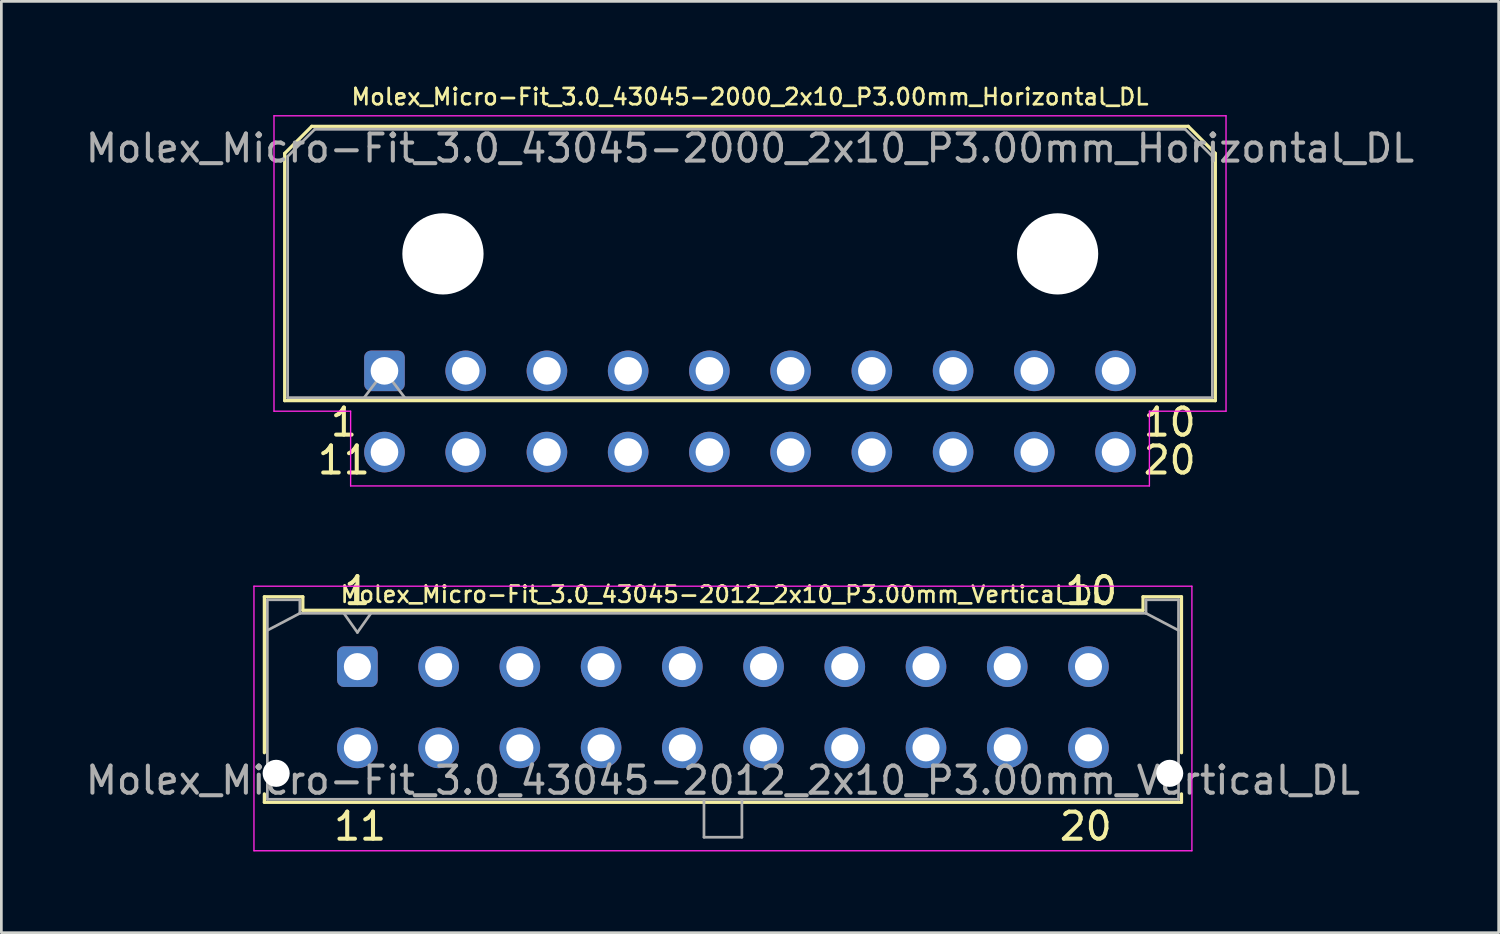
<source format=kicad_pcb>
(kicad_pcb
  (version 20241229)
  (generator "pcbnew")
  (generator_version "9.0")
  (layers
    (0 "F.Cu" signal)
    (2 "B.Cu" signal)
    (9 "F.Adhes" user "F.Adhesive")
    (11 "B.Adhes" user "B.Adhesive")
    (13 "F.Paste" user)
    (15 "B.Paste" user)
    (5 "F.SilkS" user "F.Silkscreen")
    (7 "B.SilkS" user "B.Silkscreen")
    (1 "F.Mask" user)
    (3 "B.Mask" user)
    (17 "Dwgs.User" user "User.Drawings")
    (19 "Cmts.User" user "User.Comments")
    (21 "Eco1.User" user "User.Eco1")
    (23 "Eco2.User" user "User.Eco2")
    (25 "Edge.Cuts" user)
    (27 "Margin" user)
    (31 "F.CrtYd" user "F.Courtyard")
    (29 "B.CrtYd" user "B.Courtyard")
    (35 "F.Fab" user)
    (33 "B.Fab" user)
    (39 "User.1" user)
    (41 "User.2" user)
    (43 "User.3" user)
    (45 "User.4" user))
  (footprint "Molex_Micro-Fit_3.0_43045-2000_2x10_P3.00mm_Horizontal_DL"
    (layer "F.Cu")
    (at 11.149 10.646)
    (property "Reference" "Molex_Micro-Fit_3.0_43045-2000_2x10_P3.00mm_Horizontal_DL" (at 13.5 -10.12 0) (layer "F.SilkS") (effects (font (size 0.6 0.6) (thickness 0.1))))
    (attr through_hole)
    (fp_line (start -3.685 -8.03) (end -2.685 -9.03) (stroke (width 0.12) (type solid)) (layer "F.SilkS"))
    (fp_line (start -3.685 1.1) (end -3.685 -8.03) (stroke (width 0.12) (type solid)) (layer "F.SilkS"))
    (fp_line (start -2.685 -9.03) (end 29.685 -9.03) (stroke (width 0.12) (type solid)) (layer "F.SilkS"))
    (fp_line (start 29.685 -9.03) (end 30.685 -8.03) (stroke (width 0.12) (type solid)) (layer "F.SilkS"))
    (fp_line (start 30.685 -8.03) (end 30.685 1.1) (stroke (width 0.12) (type solid)) (layer "F.SilkS"))
    (fp_line (start 30.685 1.1) (end -3.685 1.1) (stroke (width 0.12) (type solid)) (layer "F.SilkS"))
    (fp_line (start -4.08 -9.42) (end 31.08 -9.42) (stroke (width 0.05) (type solid)) (layer "F.CrtYd"))
    (fp_line (start -4.08 1.49) (end -4.08 -9.42) (stroke (width 0.05) (type solid)) (layer "F.CrtYd"))
    (fp_line (start -1.25 1.49) (end -4.08 1.49) (stroke (width 0.05) (type solid)) (layer "F.CrtYd"))
    (fp_line (start -1.25 4.25) (end -1.25 1.49) (stroke (width 0.05) (type solid)) (layer "F.CrtYd"))
    (fp_line (start 28.25 1.49) (end 28.25 4.25) (stroke (width 0.05) (type solid)) (layer "F.CrtYd"))
    (fp_line (start 28.25 4.25) (end -1.25 4.25) (stroke (width 0.05) (type solid)) (layer "F.CrtYd"))
    (fp_line (start 31.08 -9.42) (end 31.08 1.49) (stroke (width 0.05) (type solid)) (layer "F.CrtYd"))
    (fp_line (start 31.08 1.49) (end 28.25 1.49) (stroke (width 0.05) (type solid)) (layer "F.CrtYd"))
    (fp_line (start -3.575 -7.92) (end -2.575 -8.92) (stroke (width 0.1) (type solid)) (layer "F.Fab"))
    (fp_line (start -3.575 0.99) (end -3.575 -7.92) (stroke (width 0.1) (type solid)) (layer "F.Fab"))
    (fp_line (start -2.575 -8.92) (end 29.575 -8.92) (stroke (width 0.1) (type solid)) (layer "F.Fab"))
    (fp_line (start -0.75 0.99) (end 0 0) (stroke (width 0.1) (type solid)) (layer "F.Fab"))
    (fp_line (start 0 0) (end 0.75 0.99) (stroke (width 0.1) (type solid)) (layer "F.Fab"))
    (fp_line (start 29.575 -8.92) (end 30.575 -7.92) (stroke (width 0.1) (type solid)) (layer "F.Fab"))
    (fp_line (start 30.575 -7.92) (end 30.575 0.99) (stroke (width 0.1) (type solid)) (layer "F.Fab"))
    (fp_line (start 30.575 0.99) (end -3.575 0.99) (stroke (width 0.1) (type solid)) (layer "F.Fab"))
    (fp_text user "20" (at 29 3.3 0) (unlocked yes) (layer "F.SilkS") (effects (font (size 1 1) (thickness 0.15))))
    (fp_text user "11" (at -1.5 3.3 0) (unlocked yes) (layer "F.SilkS") (effects (font (size 1 1) (thickness 0.15))))
    (fp_text user "1" (at -1.5 1.9 0) (unlocked yes) (layer "F.SilkS") (effects (font (size 1 1) (thickness 0.15))))
    (fp_text user "10" (at 29 1.9 0) (unlocked yes) (layer "F.SilkS") (effects (font (size 1 1) (thickness 0.15))))
    (fp_text user "${REFERENCE}" (at 13.5 -8.22 0) (layer "F.Fab") (effects (font (size 1 1) (thickness 0.15))))
    (pad "" np_thru_hole circle (at 2.16 -4.32) (size 3 3) (drill 3) (layers "*.Cu" "*.Mask"))
    (pad "" np_thru_hole circle (at 24.86 -4.32) (size 3 3) (drill 3) (layers "*.Cu" "*.Mask"))
    (pad "1" thru_hole roundrect (at 0 0) (size 1.5 1.5) (drill 1.02) (layers "*.Cu" "*.Mask") (roundrect_rratio 0.167))
    (pad "2" thru_hole circle (at 3 0) (size 1.5 1.5) (drill 1.02) (layers "*.Cu" "*.Mask"))
    (pad "3" thru_hole circle (at 6 0) (size 1.5 1.5) (drill 1.02) (layers "*.Cu" "*.Mask"))
    (pad "4" thru_hole circle (at 9 0) (size 1.5 1.5) (drill 1.02) (layers "*.Cu" "*.Mask"))
    (pad "5" thru_hole circle (at 12 0) (size 1.5 1.5) (drill 1.02) (layers "*.Cu" "*.Mask"))
    (pad "6" thru_hole circle (at 15 0) (size 1.5 1.5) (drill 1.02) (layers "*.Cu" "*.Mask"))
    (pad "7" thru_hole circle (at 18 0) (size 1.5 1.5) (drill 1.02) (layers "*.Cu" "*.Mask"))
    (pad "8" thru_hole circle (at 21 0) (size 1.5 1.5) (drill 1.02) (layers "*.Cu" "*.Mask"))
    (pad "9" thru_hole circle (at 24 0) (size 1.5 1.5) (drill 1.02) (layers "*.Cu" "*.Mask"))
    (pad "10" thru_hole circle (at 27 0) (size 1.5 1.5) (drill 1.02) (layers "*.Cu" "*.Mask"))
    (pad "11" thru_hole circle (at 0 3) (size 1.5 1.5) (drill 1.02) (layers "*.Cu" "*.Mask"))
    (pad "12" thru_hole circle (at 3 3) (size 1.5 1.5) (drill 1.02) (layers "*.Cu" "*.Mask"))
    (pad "13" thru_hole circle (at 6 3) (size 1.5 1.5) (drill 1.02) (layers "*.Cu" "*.Mask"))
    (pad "14" thru_hole circle (at 9 3) (size 1.5 1.5) (drill 1.02) (layers "*.Cu" "*.Mask"))
    (pad "15" thru_hole circle (at 12 3) (size 1.5 1.5) (drill 1.02) (layers "*.Cu" "*.Mask"))
    (pad "16" thru_hole circle (at 15 3) (size 1.5 1.5) (drill 1.02) (layers "*.Cu" "*.Mask"))
    (pad "17" thru_hole circle (at 18 3) (size 1.5 1.5) (drill 1.02) (layers "*.Cu" "*.Mask"))
    (pad "18" thru_hole circle (at 21 3) (size 1.5 1.5) (drill 1.02) (layers "*.Cu" "*.Mask"))
    (pad "19" thru_hole circle (at 24 3) (size 1.5 1.5) (drill 1.02) (layers "*.Cu" "*.Mask"))
    (pad "20" thru_hole circle (at 27 3) (size 1.5 1.5) (drill 1.02) (layers "*.Cu" "*.Mask")))
  (footprint "Molex_Micro-Fit_3.0_43045-2012_2x10_P3.00mm_Vertical_DL"
    (layer "F.Cu")
    (at 10.149 21.57)
    (property "Reference" "Molex_Micro-Fit_3.0_43045-2012_2x10_P3.00mm_Vertical_DL" (at 13.5 -2.667 0) (layer "F.SilkS") (effects (font (size 0.6 0.6) (thickness 0.1))))
    (attr through_hole)
    (fp_line (start -3.435 -2.58) (end -2.015 -2.58) (stroke (width 0.12) (type solid)) (layer "F.SilkS"))
    (fp_line (start -3.435 3.18) (end -3.435 -2.58) (stroke (width 0.12) (type solid)) (layer "F.SilkS"))
    (fp_line (start -3.435 4.7) (end -3.435 5.01) (stroke (width 0.12) (type solid)) (layer "F.SilkS"))
    (fp_line (start -3.435 5.01) (end 30.435 5.01) (stroke (width 0.12) (type solid)) (layer "F.SilkS"))
    (fp_line (start -2.015 -2.58) (end -2.015 -2.08) (stroke (width 0.12) (type solid)) (layer "F.SilkS"))
    (fp_line (start -2.015 -2.08) (end 29.015 -2.08) (stroke (width 0.12) (type solid)) (layer "F.SilkS"))
    (fp_line (start 29.015 -2.58) (end 30.435 -2.58) (stroke (width 0.12) (type solid)) (layer "F.SilkS"))
    (fp_line (start 29.015 -2.08) (end 29.015 -2.58) (stroke (width 0.12) (type solid)) (layer "F.SilkS"))
    (fp_line (start 30.435 -2.58) (end 30.435 3.18) (stroke (width 0.12) (type solid)) (layer "F.SilkS"))
    (fp_line (start 30.435 5.01) (end 30.435 4.7) (stroke (width 0.12) (type solid)) (layer "F.SilkS"))
    (fp_line (start -3.82 -2.97) (end 30.82 -2.97) (stroke (width 0.05) (type solid)) (layer "F.CrtYd"))
    (fp_line (start -3.82 6.8) (end -3.82 -2.97) (stroke (width 0.05) (type solid)) (layer "F.CrtYd"))
    (fp_line (start 30.82 -2.97) (end 30.82 6.8) (stroke (width 0.05) (type solid)) (layer "F.CrtYd"))
    (fp_line (start 30.82 6.8) (end -3.82 6.8) (stroke (width 0.05) (type solid)) (layer "F.CrtYd"))
    (fp_line (start -3.325 -2.47) (end -3.325 4.9) (stroke (width 0.1) (type solid)) (layer "F.Fab"))
    (fp_line (start -3.325 -1.34) (end -2.125 -1.97) (stroke (width 0.1) (type solid)) (layer "F.Fab"))
    (fp_line (start -3.325 4.9) (end 30.325 4.9) (stroke (width 0.1) (type solid)) (layer "F.Fab"))
    (fp_line (start -2.125 -2.47) (end -3.325 -2.47) (stroke (width 0.1) (type solid)) (layer "F.Fab"))
    (fp_line (start -2.125 -1.97) (end -2.125 -2.47) (stroke (width 0.1) (type solid)) (layer "F.Fab"))
    (fp_line (start -0.5 -1.97) (end 0 -1.263) (stroke (width 0.1) (type solid)) (layer "F.Fab"))
    (fp_line (start 0 -1.263) (end 0.5 -1.97) (stroke (width 0.1) (type solid)) (layer "F.Fab"))
    (fp_line (start 12.8 4.9) (end 12.8 6.3) (stroke (width 0.1) (type solid)) (layer "F.Fab"))
    (fp_line (start 12.8 6.3) (end 14.2 6.3) (stroke (width 0.1) (type solid)) (layer "F.Fab"))
    (fp_line (start 14.2 6.3) (end 14.2 4.9) (stroke (width 0.1) (type solid)) (layer "F.Fab"))
    (fp_line (start 29.125 -2.47) (end 29.125 -1.97) (stroke (width 0.1) (type solid)) (layer "F.Fab"))
    (fp_line (start 29.125 -1.97) (end -2.125 -1.97) (stroke (width 0.1) (type solid)) (layer "F.Fab"))
    (fp_line (start 30.325 -2.47) (end 29.125 -2.47) (stroke (width 0.1) (type solid)) (layer "F.Fab"))
    (fp_line (start 30.325 -1.34) (end 29.125 -1.97) (stroke (width 0.1) (type solid)) (layer "F.Fab"))
    (fp_line (start 30.325 4.9) (end 30.325 -2.47) (stroke (width 0.1) (type solid)) (layer "F.Fab"))
    (fp_text user "1" (at 0 -2.8 0) (unlocked yes) (layer "F.SilkS") (effects (font (size 1 1) (thickness 0.15))))
    (fp_text user "20" (at 26.9 5.9 0) (unlocked yes) (layer "F.SilkS") (effects (font (size 1 1) (thickness 0.15))))
    (fp_text user "10" (at 27.1 -2.8 0) (unlocked yes) (layer "F.SilkS") (effects (font (size 1 1) (thickness 0.15))))
    (fp_text user "11" (at 0.1 5.9 0) (unlocked yes) (layer "F.SilkS") (effects (font (size 1 1) (thickness 0.15))))
    (fp_text user "${REFERENCE}" (at 13.5 4.2 0) (layer "F.Fab") (effects (font (size 1 1) (thickness 0.15))))
    (pad "" np_thru_hole circle (at -3 3.94) (size 1 1) (drill 1) (layers "*.Cu" "*.Mask"))
    (pad "" np_thru_hole circle (at 30 3.94) (size 1 1) (drill 1) (layers "*.Cu" "*.Mask"))
    (pad "1" thru_hole roundrect (at 0 0) (size 1.5 1.5) (drill 1) (layers "*.Cu" "*.Mask") (roundrect_rratio 0.167))
    (pad "2" thru_hole circle (at 3 0) (size 1.5 1.5) (drill 1) (layers "*.Cu" "*.Mask"))
    (pad "3" thru_hole circle (at 6 0) (size 1.5 1.5) (drill 1) (layers "*.Cu" "*.Mask"))
    (pad "4" thru_hole circle (at 9 0) (size 1.5 1.5) (drill 1) (layers "*.Cu" "*.Mask"))
    (pad "5" thru_hole circle (at 12 0) (size 1.5 1.5) (drill 1) (layers "*.Cu" "*.Mask"))
    (pad "6" thru_hole circle (at 15 0) (size 1.5 1.5) (drill 1) (layers "*.Cu" "*.Mask"))
    (pad "7" thru_hole circle (at 18 0) (size 1.5 1.5) (drill 1) (layers "*.Cu" "*.Mask"))
    (pad "8" thru_hole circle (at 21 0) (size 1.5 1.5) (drill 1) (layers "*.Cu" "*.Mask"))
    (pad "9" thru_hole circle (at 24 0) (size 1.5 1.5) (drill 1) (layers "*.Cu" "*.Mask"))
    (pad "10" thru_hole circle (at 27 0) (size 1.5 1.5) (drill 1) (layers "*.Cu" "*.Mask"))
    (pad "11" thru_hole circle (at 0 3) (size 1.5 1.5) (drill 1) (layers "*.Cu" "*.Mask"))
    (pad "12" thru_hole circle (at 3 3) (size 1.5 1.5) (drill 1) (layers "*.Cu" "*.Mask"))
    (pad "13" thru_hole circle (at 6 3) (size 1.5 1.5) (drill 1) (layers "*.Cu" "*.Mask"))
    (pad "14" thru_hole circle (at 9 3) (size 1.5 1.5) (drill 1) (layers "*.Cu" "*.Mask"))
    (pad "15" thru_hole circle (at 12 3) (size 1.5 1.5) (drill 1) (layers "*.Cu" "*.Mask"))
    (pad "16" thru_hole circle (at 15 3) (size 1.5 1.5) (drill 1) (layers "*.Cu" "*.Mask"))
    (pad "17" thru_hole circle (at 18 3) (size 1.5 1.5) (drill 1) (layers "*.Cu" "*.Mask"))
    (pad "18" thru_hole circle (at 21 3) (size 1.5 1.5) (drill 1) (layers "*.Cu" "*.Mask"))
    (pad "19" thru_hole circle (at 24 3) (size 1.5 1.5) (drill 1) (layers "*.Cu" "*.Mask"))
    (pad "20" thru_hole circle (at 27 3) (size 1.5 1.5) (drill 1) (layers "*.Cu" "*.Mask")))
  (gr_rect
    (start -3 -3)
    (end 52.298 31.395)
    (stroke (width 0.1) (type default))
    (fill no)
    (layer "Edge.Cuts")))
</source>
